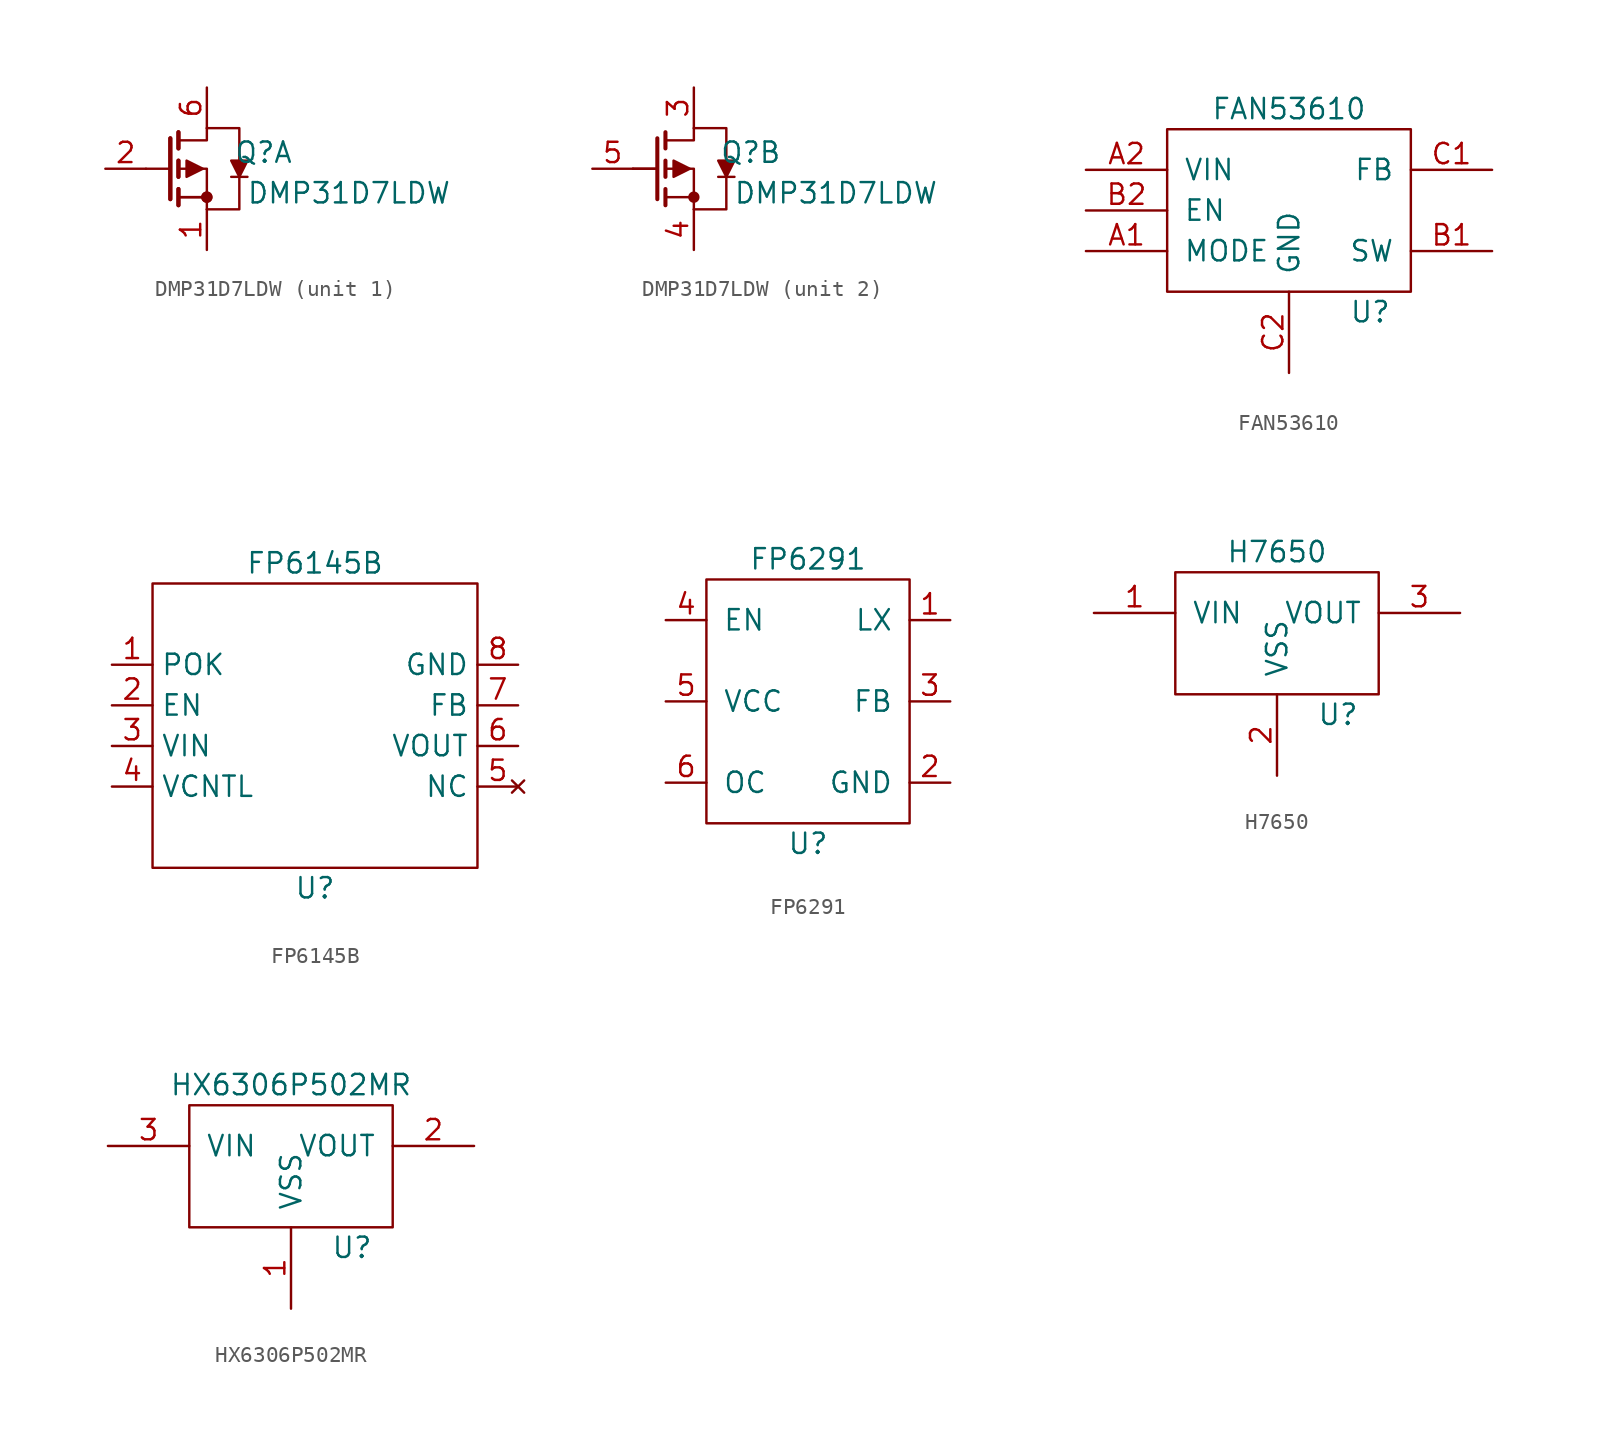
<source format=kicad_sym>
(kicad_symbol_lib
  (version 20231120)
  (generator "kicad_symbol_editor")
  (generator_version "8.0")
  (symbol "DMP31D7LDW"
    (pin_names
      (offset 1.016))
    (property "Reference" "Q"
      (at 3.556 1.016 0)
      (effects (font (size 1.27 1.27))))
    (property "Value" "DMP31D7LDW"
      (at 8.89 -1.524 0)
      (effects (font (size 1.27 1.27))))
    (symbol "DMP31D7LDW_0_1"
      (rectangle (start -1.778 0) (end -0.762 0) (stroke (width 0) (type default)) (fill (type none)))
      (polyline (pts (xy -3.81 0) (xy -2.286 0)) (stroke (width 0) (type default)) (fill (type none)))
      (polyline (pts (xy 1.524 -0.508) (xy 2.54 -0.508)) (stroke (width 0) (type default)) (fill (type none)))
      (polyline (pts (xy -1.27 0.508) (xy -1.27 -0.508) (xy -0.254 0) (xy -1.27 0.508)) (stroke (width 0) (type default)) (fill (type outline)))
      (polyline (pts (xy 0 2.54) (xy 2.032 2.54) (xy 2.032 -2.54) (xy 0 -2.54)) (stroke (width 0) (type default)) (fill (type none)))
      (polyline (pts (xy 2.032 -0.508) (xy 1.524 0.508) (xy 2.54 0.508) (xy 2.032 -0.508)) (stroke (width 0) (type default)) (fill (type outline))))
    (symbol "DMP31D7LDW_1_1"
      (circle (center 0 -1.778) (radius 0.279) (stroke (width 0) (type default)) (fill (type outline)))
      (circle (center 0 -1.778) (radius 0.279) (stroke (width 0) (type default)) (fill (type outline)))
      (polyline (pts (xy -1.778 -1.778) (xy 0 -1.778)) (stroke (width 0) (type default)) (fill (type none)))
      (polyline (pts (xy -1.778 -1.778) (xy 0 -1.778)) (stroke (width 0) (type default)) (fill (type none)))
      (polyline (pts (xy -1.778 -1.27) (xy -1.778 -2.286)) (stroke (width 0.254) (type default)) (fill (type none)))
      (polyline (pts (xy -1.778 -1.27) (xy -1.778 -2.286)) (stroke (width 0.254) (type default)) (fill (type none)))
      (polyline (pts (xy -1.778 0.508) (xy -1.778 -0.508)) (stroke (width 0.254) (type default)) (fill (type none)))
      (polyline (pts (xy -1.778 0.508) (xy -1.778 -0.508)) (stroke (width 0.254) (type default)) (fill (type none)))
      (polyline (pts (xy -1.778 2.286) (xy -1.778 1.27)) (stroke (width 0.254) (type default)) (fill (type none)))
      (polyline (pts (xy -1.778 2.286) (xy -1.778 1.27)) (stroke (width 0.254) (type default)) (fill (type none)))
      (polyline (pts (xy -2.286 1.905) (xy -2.286 -1.905) (xy -2.286 -1.905)) (stroke (width 0.254) (type default)) (fill (type none)))
      (polyline (pts (xy -2.286 1.905) (xy -2.286 -1.905) (xy -2.286 -1.905)) (stroke (width 0.254) (type default)) (fill (type none)))
      (polyline (pts (xy -1.778 1.778) (xy 0 1.778) (xy 0 2.54)) (stroke (width 0) (type default)) (fill (type none)))
      (polyline (pts (xy 0 -2.54) (xy 0 0) (xy -0.762 0)) (stroke (width 0) (type default)) (fill (type none)))
      (pin passive line (at 0 -5.08 90) (length 2.54) (name "~" (effects (font (size 1.27 1.27)))) (number "1" (effects (font (size 1.27 1.27)))))
      (pin passive line (at -6.35 0 0) (length 2.54) (name "~" (effects (font (size 1.27 1.27)))) (number "2" (effects (font (size 1.27 1.27)))))
      (pin passive line (at 0 5.08 270) (length 2.54) (name "~" (effects (font (size 1.27 1.27)))) (number "6" (effects (font (size 1.27 1.27))))))
    (symbol "DMP31D7LDW_2_1"
      (circle (center 0 -1.778) (radius 0.279) (stroke (width 0) (type default)) (fill (type outline)))
      (polyline (pts (xy -3.81 0) (xy -2.286 0)) (stroke (width 0) (type default)) (fill (type none)))
      (polyline (pts (xy -1.778 -1.778) (xy 0 -1.778)) (stroke (width 0) (type default)) (fill (type none)))
      (polyline (pts (xy -1.778 -1.27) (xy -1.778 -2.286)) (stroke (width 0.254) (type default)) (fill (type none)))
      (polyline (pts (xy -1.778 0.508) (xy -1.778 -0.508)) (stroke (width 0.254) (type default)) (fill (type none)))
      (polyline (pts (xy -1.778 2.286) (xy -1.778 1.27)) (stroke (width 0.254) (type default)) (fill (type none)))
      (polyline (pts (xy -2.286 1.905) (xy -2.286 -1.905) (xy -2.286 -1.905)) (stroke (width 0.254) (type default)) (fill (type none)))
      (polyline (pts (xy -1.778 1.778) (xy 0 1.778) (xy 0 2.54)) (stroke (width 0) (type default)) (fill (type none)))
      (polyline (pts (xy 0 -2.54) (xy 0 0) (xy -0.762 0)) (stroke (width 0) (type default)) (fill (type none)))
      (pin passive line (at 0 5.08 270) (length 2.54) (name "~" (effects (font (size 1.27 1.27)))) (number "3" (effects (font (size 1.27 1.27)))))
      (pin passive line (at 0 -5.08 90) (length 2.54) (name "~" (effects (font (size 1.27 1.27)))) (number "4" (effects (font (size 1.27 1.27)))))
      (pin passive line (at -6.35 0 0) (length 2.54) (name "~" (effects (font (size 1.27 1.27)))) (number "5" (effects (font (size 1.27 1.27)))))))
  (symbol "FAN53610"
    (pin_names
      (offset 1.016))
    (property "Reference" "U"
      (at 5.08 -6.35 0)
      (effects (font (size 1.27 1.27))))
    (property "Value" "FAN53610"
      (at 0 6.35 0)
      (effects (font (size 1.27 1.27))))
    (symbol "FAN53610_0_1"
      (rectangle (start -7.62 5.08) (end 7.62 -5.08) (stroke (width 0) (type default)) (fill (type none))))
    (symbol "FAN53610_1_1"
      (pin input line (at -12.7 -2.54 0) (length 5.08) (name "MODE" (effects (font (size 1.27 1.27)))) (number "A1" (effects (font (size 1.27 1.27)))))
      (pin power_in line (at -12.7 2.54 0) (length 5.08) (name "VIN" (effects (font (size 1.27 1.27)))) (number "A2" (effects (font (size 1.27 1.27)))))
      (pin input line (at 12.7 -2.54 180) (length 5.08) (name "SW" (effects (font (size 1.27 1.27)))) (number "B1" (effects (font (size 1.27 1.27)))))
      (pin input line (at -12.7 0 0) (length 5.08) (name "EN" (effects (font (size 1.27 1.27)))) (number "B2" (effects (font (size 1.27 1.27)))))
      (pin power_out line (at 12.7 2.54 180) (length 5.08) (name "FB" (effects (font (size 1.27 1.27)))) (number "C1" (effects (font (size 1.27 1.27)))))
      (pin power_in line (at 0 -10.16 90) (length 5.08) (name "GND" (effects (font (size 1.27 1.27)))) (number "C2" (effects (font (size 1.27 1.27)))))))
  (symbol "FP6145B"
    (property "Reference" "U"
      (at 0 -10.16 0)
      (effects (font (size 1.27 1.27))))
    (property "Value" "FP6145B"
      (at 0 10.16 0)
      (effects (font (size 1.27 1.27))))
    (symbol "FP6145B_0_1"
      (rectangle (start -10.16 8.89) (end 10.16 -8.89) (stroke (width 0) (type default)) (fill (type none))))
    (symbol "FP6145B_1_1"
      (pin output line (at -12.7 3.81 0) (length 2.54) (name "POK" (effects (font (size 1.27 1.27)))) (number "1" (effects (font (size 1.27 1.27)))))
      (pin input line (at -12.7 1.27 0) (length 2.54) (name "EN" (effects (font (size 1.27 1.27)))) (number "2" (effects (font (size 1.27 1.27)))))
      (pin input line (at -12.7 -1.27 0) (length 2.54) (name "VIN" (effects (font (size 1.27 1.27)))) (number "3" (effects (font (size 1.27 1.27)))))
      (pin input line (at -12.7 -3.81 0) (length 2.54) (name "VCNTL" (effects (font (size 1.27 1.27)))) (number "4" (effects (font (size 1.27 1.27)))))
      (pin no_connect line (at 12.7 -3.81 180) (length 2.54) (name "NC" (effects (font (size 1.27 1.27)))) (number "5" (effects (font (size 1.27 1.27)))))
      (pin output line (at 12.7 -1.27 180) (length 2.54) (name "VOUT" (effects (font (size 1.27 1.27)))) (number "6" (effects (font (size 1.27 1.27)))))
      (pin input line (at 12.7 1.27 180) (length 2.54) (name "FB" (effects (font (size 1.27 1.27)))) (number "7" (effects (font (size 1.27 1.27)))))
      (pin power_in line (at 12.7 3.81 180) (length 2.54) (name "GND" (effects (font (size 1.27 1.27)))) (number "8" (effects (font (size 1.27 1.27)))))
      (pin power_in line (at 12.7 6.35 180) (length 2.54) hide (name "GND" (effects (font (size 1.27 1.27)))) (number "9" (effects (font (size 1.27 1.27)))))))
  (symbol "FP6291"
    (pin_names
      (offset 1.016))
    (property "Reference" "U"
      (at 0 -12.7 0)
      (effects (font (size 1.27 1.27))))
    (property "Value" "FP6291"
      (at 0 5.08 0)
      (effects (font (size 1.27 1.27))))
    (symbol "FP6291_0_1"
      (rectangle (start -6.35 3.81) (end 6.35 -11.43) (stroke (width 0) (type default)) (fill (type none))))
    (symbol "FP6291_1_1"
      (pin output line (at 8.89 1.27 180) (length 2.54) (name "LX" (effects (font (size 1.27 1.27)))) (number "1" (effects (font (size 1.27 1.27)))))
      (pin power_in line (at 8.89 -8.89 180) (length 2.54) (name "GND" (effects (font (size 1.27 1.27)))) (number "2" (effects (font (size 1.27 1.27)))))
      (pin input line (at 8.89 -3.81 180) (length 2.54) (name "FB" (effects (font (size 1.27 1.27)))) (number "3" (effects (font (size 1.27 1.27)))))
      (pin input line (at -8.89 1.27 0) (length 2.54) (name "EN" (effects (font (size 1.27 1.27)))) (number "4" (effects (font (size 1.27 1.27)))))
      (pin power_in line (at -8.89 -3.81 0) (length 2.54) (name "VCC" (effects (font (size 1.27 1.27)))) (number "5" (effects (font (size 1.27 1.27)))))
      (pin input line (at -8.89 -8.89 0) (length 2.54) (name "OC" (effects (font (size 1.27 1.27)))) (number "6" (effects (font (size 1.27 1.27)))))))
  (symbol "H7650"
    (pin_names
      (offset 1.016))
    (property "Reference" "U"
      (at 3.81 -6.35 0)
      (effects (font (size 1.27 1.27))))
    (property "Value" "H7650"
      (at 0 3.81 0)
      (effects (font (size 1.27 1.27))))
    (symbol "H7650_0_1"
      (rectangle (start -6.35 2.54) (end 6.35 -5.08) (stroke (width 0) (type default)) (fill (type none))))
    (symbol "H7650_1_1"
      (pin power_in line (at -11.43 0 0) (length 5.08) (name "VIN" (effects (font (size 1.27 1.27)))) (number "1" (effects (font (size 1.27 1.27)))))
      (pin power_in line (at 0 -10.16 90) (length 5.08) (name "VSS" (effects (font (size 1.27 1.27)))) (number "2" (effects (font (size 1.27 1.27)))))
      (pin power_out line (at 11.43 0 180) (length 5.08) (name "VOUT" (effects (font (size 1.27 1.27)))) (number "3" (effects (font (size 1.27 1.27)))))))
  (symbol "HX6306P502MR"
    (pin_names
      (offset 1.016))
    (property "Reference" "U"
      (at 3.81 -6.35 0)
      (effects (font (size 1.27 1.27))))
    (property "Value" "HX6306P502MR"
      (at 0 3.81 0)
      (effects (font (size 1.27 1.27))))
    (symbol "HX6306P502MR_0_1"
      (rectangle (start -6.35 2.54) (end 6.35 -5.08) (stroke (width 0) (type default)) (fill (type none))))
    (symbol "HX6306P502MR_1_1"
      (pin power_in line (at 0 -10.16 90) (length 5.08) (name "VSS" (effects (font (size 1.27 1.27)))) (number "1" (effects (font (size 1.27 1.27)))))
      (pin power_out line (at 11.43 0 180) (length 5.08) (name "VOUT" (effects (font (size 1.27 1.27)))) (number "2" (effects (font (size 1.27 1.27)))))
      (pin power_in line (at -11.43 0 0) (length 5.08) (name "VIN" (effects (font (size 1.27 1.27)))) (number "3" (effects (font (size 1.27 1.27))))))))
</source>
